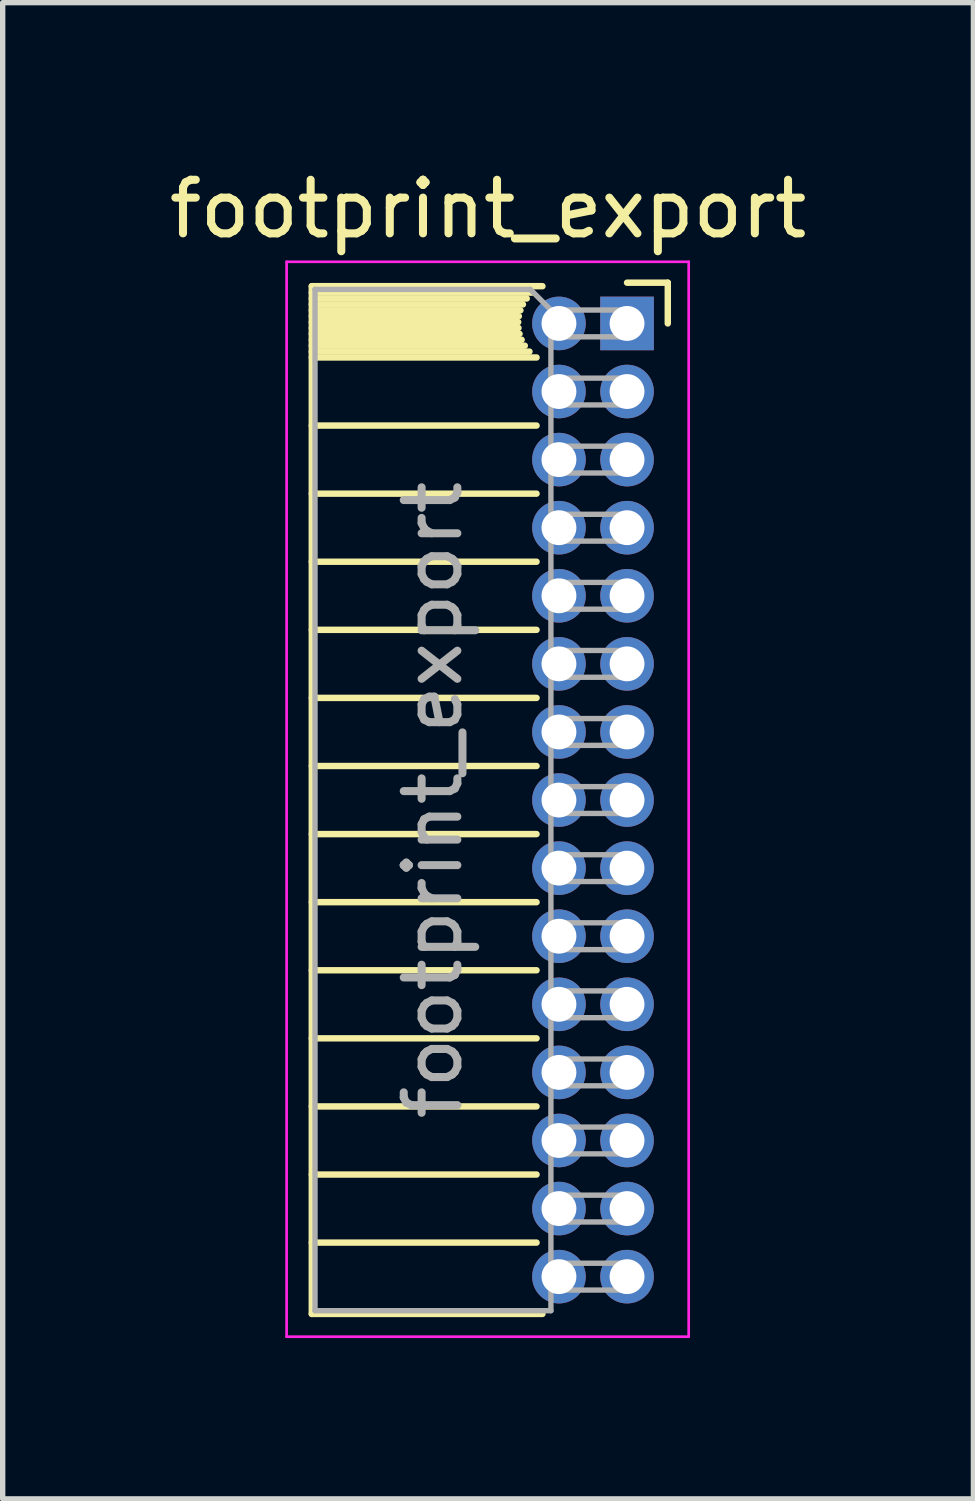
<source format=kicad_pcb>
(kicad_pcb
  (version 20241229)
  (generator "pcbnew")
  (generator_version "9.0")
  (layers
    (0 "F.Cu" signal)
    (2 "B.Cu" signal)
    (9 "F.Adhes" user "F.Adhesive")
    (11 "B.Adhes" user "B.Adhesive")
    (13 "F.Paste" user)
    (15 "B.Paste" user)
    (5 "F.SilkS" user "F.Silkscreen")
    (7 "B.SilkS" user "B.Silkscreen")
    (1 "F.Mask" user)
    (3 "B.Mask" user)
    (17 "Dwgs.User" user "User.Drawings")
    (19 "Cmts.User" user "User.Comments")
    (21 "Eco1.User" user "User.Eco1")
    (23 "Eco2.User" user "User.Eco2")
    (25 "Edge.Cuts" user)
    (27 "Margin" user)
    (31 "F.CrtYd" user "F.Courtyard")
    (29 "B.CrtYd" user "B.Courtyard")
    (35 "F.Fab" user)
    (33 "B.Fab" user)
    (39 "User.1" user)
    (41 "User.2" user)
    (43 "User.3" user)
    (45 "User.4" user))
  (footprint "footprint_export"
    (layer "F.Cu")
    (at 8.646 2.983)
    (property "Reference" "footprint_export" (at -2.592 -2.135 0) (layer "F.SilkS") (effects (font (size 1 1) (thickness 0.15))))
    (attr through_hole)
    (fp_line (start -5.88 -0.695) (end -5.88 18.475) (stroke (width 0.12) (type solid)) (layer "F.SilkS"))
    (fp_line (start -5.88 -0.695) (end -1.578 -0.695) (stroke (width 0.12) (type solid)) (layer "F.SilkS"))
    (fp_line (start -5.88 -0.575) (end -1.767 -0.575) (stroke (width 0.12) (type solid)) (layer "F.SilkS"))
    (fp_line (start -5.88 -0.465) (end -1.871 -0.465) (stroke (width 0.12) (type solid)) (layer "F.SilkS"))
    (fp_line (start -5.88 -0.355) (end -1.942 -0.355) (stroke (width 0.12) (type solid)) (layer "F.SilkS"))
    (fp_line (start -5.88 -0.245) (end -1.989 -0.245) (stroke (width 0.12) (type solid)) (layer "F.SilkS"))
    (fp_line (start -5.88 -0.135) (end -2.018 -0.135) (stroke (width 0.12) (type solid)) (layer "F.SilkS"))
    (fp_line (start -5.88 -0.025) (end -2.03 -0.025) (stroke (width 0.12) (type solid)) (layer "F.SilkS"))
    (fp_line (start -5.88 0.085) (end -2.025 0.085) (stroke (width 0.12) (type solid)) (layer "F.SilkS"))
    (fp_line (start -5.88 0.195) (end -2.005 0.195) (stroke (width 0.12) (type solid)) (layer "F.SilkS"))
    (fp_line (start -5.88 0.305) (end -1.966 0.305) (stroke (width 0.12) (type solid)) (layer "F.SilkS"))
    (fp_line (start -5.88 0.415) (end -1.907 0.415) (stroke (width 0.12) (type solid)) (layer "F.SilkS"))
    (fp_line (start -5.88 0.525) (end -1.82 0.525) (stroke (width 0.12) (type solid)) (layer "F.SilkS"))
    (fp_line (start -5.88 0.635) (end -1.688 0.635) (stroke (width 0.12) (type solid)) (layer "F.SilkS"))
    (fp_line (start -5.88 1.905) (end -1.688 1.905) (stroke (width 0.12) (type solid)) (layer "F.SilkS"))
    (fp_line (start -5.88 3.175) (end -1.688 3.175) (stroke (width 0.12) (type solid)) (layer "F.SilkS"))
    (fp_line (start -5.88 4.445) (end -1.688 4.445) (stroke (width 0.12) (type solid)) (layer "F.SilkS"))
    (fp_line (start -5.88 5.715) (end -1.688 5.715) (stroke (width 0.12) (type solid)) (layer "F.SilkS"))
    (fp_line (start -5.88 6.985) (end -1.688 6.985) (stroke (width 0.12) (type solid)) (layer "F.SilkS"))
    (fp_line (start -5.88 8.255) (end -1.688 8.255) (stroke (width 0.12) (type solid)) (layer "F.SilkS"))
    (fp_line (start -5.88 9.525) (end -1.688 9.525) (stroke (width 0.12) (type solid)) (layer "F.SilkS"))
    (fp_line (start -5.88 10.795) (end -1.688 10.795) (stroke (width 0.12) (type solid)) (layer "F.SilkS"))
    (fp_line (start -5.88 12.065) (end -1.688 12.065) (stroke (width 0.12) (type solid)) (layer "F.SilkS"))
    (fp_line (start -5.88 13.335) (end -1.688 13.335) (stroke (width 0.12) (type solid)) (layer "F.SilkS"))
    (fp_line (start -5.88 14.605) (end -1.688 14.605) (stroke (width 0.12) (type solid)) (layer "F.SilkS"))
    (fp_line (start -5.88 15.875) (end -1.688 15.875) (stroke (width 0.12) (type solid)) (layer "F.SilkS"))
    (fp_line (start -5.88 17.145) (end -1.688 17.145) (stroke (width 0.12) (type solid)) (layer "F.SilkS"))
    (fp_line (start -5.88 18.475) (end -1.578 18.475) (stroke (width 0.12) (type solid)) (layer "F.SilkS"))
    (fp_line (start 0 -0.76) (end 0.76 -0.76) (stroke (width 0.12) (type solid)) (layer "F.SilkS"))
    (fp_line (start 0.76 -0.76) (end 0.76 0) (stroke (width 0.12) (type solid)) (layer "F.SilkS"))
    (fp_line (start -6.35 -1.15) (end -6.35 18.9) (stroke (width 0.05) (type solid)) (layer "F.CrtYd"))
    (fp_line (start -6.35 18.9) (end 1.15 18.9) (stroke (width 0.05) (type solid)) (layer "F.CrtYd"))
    (fp_line (start 1.15 -1.15) (end -6.35 -1.15) (stroke (width 0.05) (type solid)) (layer "F.CrtYd"))
    (fp_line (start 1.15 18.9) (end 1.15 -1.15) (stroke (width 0.05) (type solid)) (layer "F.CrtYd"))
    (fp_line (start -5.82 -0.635) (end -1.805 -0.635) (stroke (width 0.1) (type solid)) (layer "F.Fab"))
    (fp_line (start -5.82 18.415) (end -5.82 -0.635) (stroke (width 0.1) (type solid)) (layer "F.Fab"))
    (fp_line (start -1.805 -0.635) (end -1.42 -0.25) (stroke (width 0.1) (type solid)) (layer "F.Fab"))
    (fp_line (start -1.42 -0.25) (end -1.42 18.415) (stroke (width 0.1) (type solid)) (layer "F.Fab"))
    (fp_line (start -1.42 0.25) (end 0 0.25) (stroke (width 0.1) (type solid)) (layer "F.Fab"))
    (fp_line (start -1.42 1.52) (end 0 1.52) (stroke (width 0.1) (type solid)) (layer "F.Fab"))
    (fp_line (start -1.42 2.79) (end 0 2.79) (stroke (width 0.1) (type solid)) (layer "F.Fab"))
    (fp_line (start -1.42 4.06) (end 0 4.06) (stroke (width 0.1) (type solid)) (layer "F.Fab"))
    (fp_line (start -1.42 5.33) (end 0 5.33) (stroke (width 0.1) (type solid)) (layer "F.Fab"))
    (fp_line (start -1.42 6.6) (end 0 6.6) (stroke (width 0.1) (type solid)) (layer "F.Fab"))
    (fp_line (start -1.42 7.87) (end 0 7.87) (stroke (width 0.1) (type solid)) (layer "F.Fab"))
    (fp_line (start -1.42 9.14) (end 0 9.14) (stroke (width 0.1) (type solid)) (layer "F.Fab"))
    (fp_line (start -1.42 10.41) (end 0 10.41) (stroke (width 0.1) (type solid)) (layer "F.Fab"))
    (fp_line (start -1.42 11.68) (end 0 11.68) (stroke (width 0.1) (type solid)) (layer "F.Fab"))
    (fp_line (start -1.42 12.95) (end 0 12.95) (stroke (width 0.1) (type solid)) (layer "F.Fab"))
    (fp_line (start -1.42 14.22) (end 0 14.22) (stroke (width 0.1) (type solid)) (layer "F.Fab"))
    (fp_line (start -1.42 15.49) (end 0 15.49) (stroke (width 0.1) (type solid)) (layer "F.Fab"))
    (fp_line (start -1.42 16.76) (end 0 16.76) (stroke (width 0.1) (type solid)) (layer "F.Fab"))
    (fp_line (start -1.42 18.03) (end 0 18.03) (stroke (width 0.1) (type solid)) (layer "F.Fab"))
    (fp_line (start -1.42 18.415) (end -5.82 18.415) (stroke (width 0.1) (type solid)) (layer "F.Fab"))
    (fp_line (start 0 -0.25) (end -1.42 -0.25) (stroke (width 0.1) (type solid)) (layer "F.Fab"))
    (fp_line (start 0 0.25) (end 0 -0.25) (stroke (width 0.1) (type solid)) (layer "F.Fab"))
    (fp_line (start 0 1.02) (end -1.42 1.02) (stroke (width 0.1) (type solid)) (layer "F.Fab"))
    (fp_line (start 0 1.52) (end 0 1.02) (stroke (width 0.1) (type solid)) (layer "F.Fab"))
    (fp_line (start 0 2.29) (end -1.42 2.29) (stroke (width 0.1) (type solid)) (layer "F.Fab"))
    (fp_line (start 0 2.79) (end 0 2.29) (stroke (width 0.1) (type solid)) (layer "F.Fab"))
    (fp_line (start 0 3.56) (end -1.42 3.56) (stroke (width 0.1) (type solid)) (layer "F.Fab"))
    (fp_line (start 0 4.06) (end 0 3.56) (stroke (width 0.1) (type solid)) (layer "F.Fab"))
    (fp_line (start 0 4.83) (end -1.42 4.83) (stroke (width 0.1) (type solid)) (layer "F.Fab"))
    (fp_line (start 0 5.33) (end 0 4.83) (stroke (width 0.1) (type solid)) (layer "F.Fab"))
    (fp_line (start 0 6.1) (end -1.42 6.1) (stroke (width 0.1) (type solid)) (layer "F.Fab"))
    (fp_line (start 0 6.6) (end 0 6.1) (stroke (width 0.1) (type solid)) (layer "F.Fab"))
    (fp_line (start 0 7.37) (end -1.42 7.37) (stroke (width 0.1) (type solid)) (layer "F.Fab"))
    (fp_line (start 0 7.87) (end 0 7.37) (stroke (width 0.1) (type solid)) (layer "F.Fab"))
    (fp_line (start 0 8.64) (end -1.42 8.64) (stroke (width 0.1) (type solid)) (layer "F.Fab"))
    (fp_line (start 0 9.14) (end 0 8.64) (stroke (width 0.1) (type solid)) (layer "F.Fab"))
    (fp_line (start 0 9.91) (end -1.42 9.91) (stroke (width 0.1) (type solid)) (layer "F.Fab"))
    (fp_line (start 0 10.41) (end 0 9.91) (stroke (width 0.1) (type solid)) (layer "F.Fab"))
    (fp_line (start 0 11.18) (end -1.42 11.18) (stroke (width 0.1) (type solid)) (layer "F.Fab"))
    (fp_line (start 0 11.68) (end 0 11.18) (stroke (width 0.1) (type solid)) (layer "F.Fab"))
    (fp_line (start 0 12.45) (end -1.42 12.45) (stroke (width 0.1) (type solid)) (layer "F.Fab"))
    (fp_line (start 0 12.95) (end 0 12.45) (stroke (width 0.1) (type solid)) (layer "F.Fab"))
    (fp_line (start 0 13.72) (end -1.42 13.72) (stroke (width 0.1) (type solid)) (layer "F.Fab"))
    (fp_line (start 0 14.22) (end 0 13.72) (stroke (width 0.1) (type solid)) (layer "F.Fab"))
    (fp_line (start 0 14.99) (end -1.42 14.99) (stroke (width 0.1) (type solid)) (layer "F.Fab"))
    (fp_line (start 0 15.49) (end 0 14.99) (stroke (width 0.1) (type solid)) (layer "F.Fab"))
    (fp_line (start 0 16.26) (end -1.42 16.26) (stroke (width 0.1) (type solid)) (layer "F.Fab"))
    (fp_line (start 0 16.76) (end 0 16.26) (stroke (width 0.1) (type solid)) (layer "F.Fab"))
    (fp_line (start 0 17.53) (end -1.42 17.53) (stroke (width 0.1) (type solid)) (layer "F.Fab"))
    (fp_line (start 0 18.03) (end 0 17.53) (stroke (width 0.1) (type solid)) (layer "F.Fab"))
    (fp_text user "${REFERENCE}" (at -3.62 8.89 90) (layer "F.Fab") (effects (font (size 1 1) (thickness 0.15))))
    (pad "1" thru_hole rect (at 0 0) (size 1 1) (drill 0.65) (layers "*.Cu" "*.Mask"))
    (pad "2" thru_hole oval (at -1.27 0) (size 1 1) (drill 0.65) (layers "*.Cu" "*.Mask"))
    (pad "3" thru_hole oval (at 0 1.27) (size 1 1) (drill 0.65) (layers "*.Cu" "*.Mask"))
    (pad "4" thru_hole oval (at -1.27 1.27) (size 1 1) (drill 0.65) (layers "*.Cu" "*.Mask"))
    (pad "5" thru_hole oval (at 0 2.54) (size 1 1) (drill 0.65) (layers "*.Cu" "*.Mask"))
    (pad "6" thru_hole oval (at -1.27 2.54) (size 1 1) (drill 0.65) (layers "*.Cu" "*.Mask"))
    (pad "7" thru_hole oval (at 0 3.81) (size 1 1) (drill 0.65) (layers "*.Cu" "*.Mask"))
    (pad "8" thru_hole oval (at -1.27 3.81) (size 1 1) (drill 0.65) (layers "*.Cu" "*.Mask"))
    (pad "9" thru_hole oval (at 0 5.08) (size 1 1) (drill 0.65) (layers "*.Cu" "*.Mask"))
    (pad "10" thru_hole oval (at -1.27 5.08) (size 1 1) (drill 0.65) (layers "*.Cu" "*.Mask"))
    (pad "11" thru_hole oval (at 0 6.35) (size 1 1) (drill 0.65) (layers "*.Cu" "*.Mask"))
    (pad "12" thru_hole oval (at -1.27 6.35) (size 1 1) (drill 0.65) (layers "*.Cu" "*.Mask"))
    (pad "13" thru_hole oval (at 0 7.62) (size 1 1) (drill 0.65) (layers "*.Cu" "*.Mask"))
    (pad "14" thru_hole oval (at -1.27 7.62) (size 1 1) (drill 0.65) (layers "*.Cu" "*.Mask"))
    (pad "15" thru_hole oval (at 0 8.89) (size 1 1) (drill 0.65) (layers "*.Cu" "*.Mask"))
    (pad "16" thru_hole oval (at -1.27 8.89) (size 1 1) (drill 0.65) (layers "*.Cu" "*.Mask"))
    (pad "17" thru_hole oval (at 0 10.16) (size 1 1) (drill 0.65) (layers "*.Cu" "*.Mask"))
    (pad "18" thru_hole oval (at -1.27 10.16) (size 1 1) (drill 0.65) (layers "*.Cu" "*.Mask"))
    (pad "19" thru_hole oval (at 0 11.43) (size 1 1) (drill 0.65) (layers "*.Cu" "*.Mask"))
    (pad "20" thru_hole oval (at -1.27 11.43) (size 1 1) (drill 0.65) (layers "*.Cu" "*.Mask"))
    (pad "21" thru_hole oval (at 0 12.7) (size 1 1) (drill 0.65) (layers "*.Cu" "*.Mask"))
    (pad "22" thru_hole oval (at -1.27 12.7) (size 1 1) (drill 0.65) (layers "*.Cu" "*.Mask"))
    (pad "23" thru_hole oval (at 0 13.97) (size 1 1) (drill 0.65) (layers "*.Cu" "*.Mask"))
    (pad "24" thru_hole oval (at -1.27 13.97) (size 1 1) (drill 0.65) (layers "*.Cu" "*.Mask"))
    (pad "25" thru_hole oval (at 0 15.24) (size 1 1) (drill 0.65) (layers "*.Cu" "*.Mask"))
    (pad "26" thru_hole oval (at -1.27 15.24) (size 1 1) (drill 0.65) (layers "*.Cu" "*.Mask"))
    (pad "27" thru_hole oval (at 0 16.51) (size 1 1) (drill 0.65) (layers "*.Cu" "*.Mask"))
    (pad "28" thru_hole oval (at -1.27 16.51) (size 1 1) (drill 0.65) (layers "*.Cu" "*.Mask"))
    (pad "29" thru_hole oval (at 0 17.78) (size 1 1) (drill 0.65) (layers "*.Cu" "*.Mask"))
    (pad "30" thru_hole oval (at -1.27 17.78) (size 1 1) (drill 0.65) (layers "*.Cu" "*.Mask")))
  (gr_rect
    (start -3 -3)
    (end 15.107 24.908)
    (stroke (width 0.1) (type default))
    (fill no)
    (layer "Edge.Cuts")))
</source>
